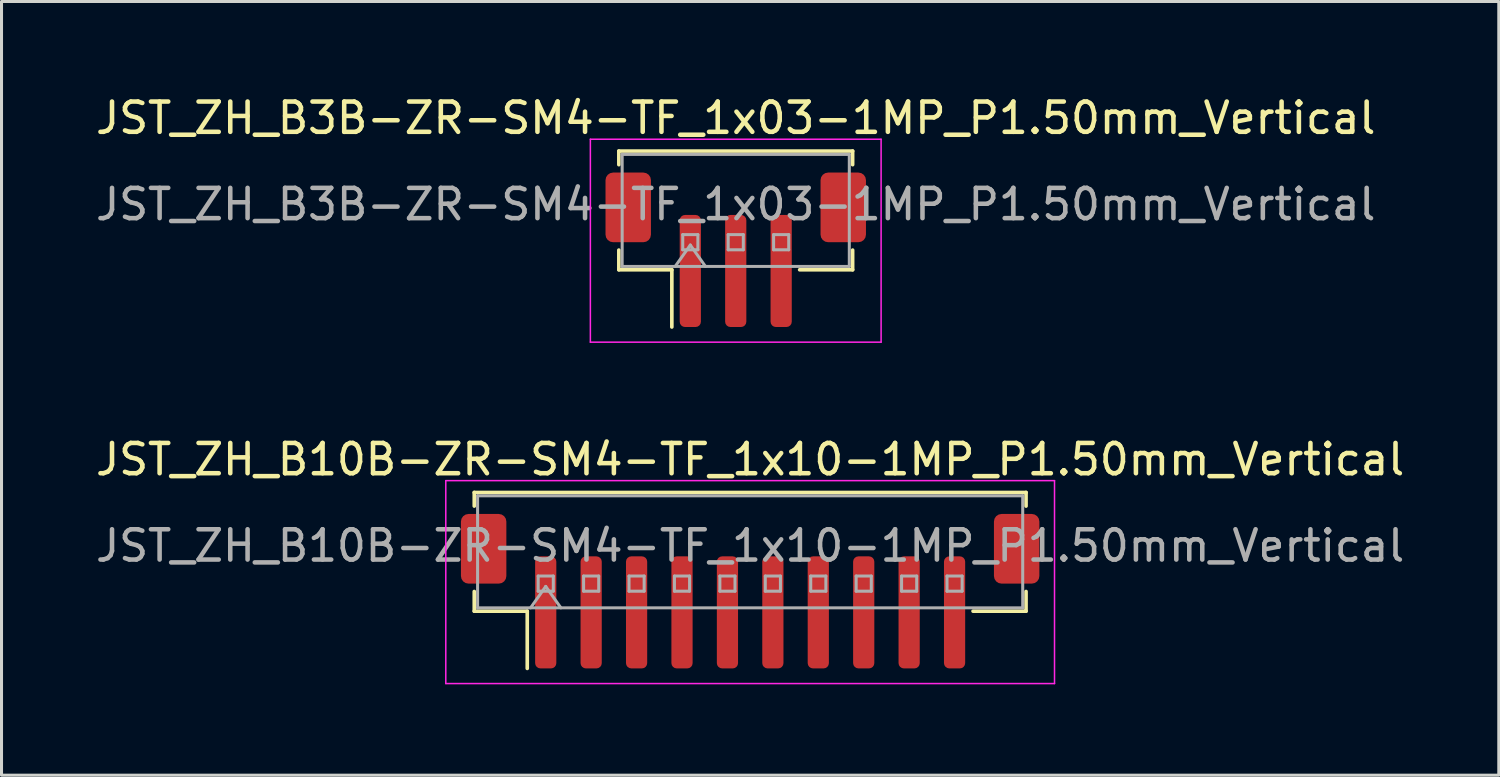
<source format=kicad_pcb>
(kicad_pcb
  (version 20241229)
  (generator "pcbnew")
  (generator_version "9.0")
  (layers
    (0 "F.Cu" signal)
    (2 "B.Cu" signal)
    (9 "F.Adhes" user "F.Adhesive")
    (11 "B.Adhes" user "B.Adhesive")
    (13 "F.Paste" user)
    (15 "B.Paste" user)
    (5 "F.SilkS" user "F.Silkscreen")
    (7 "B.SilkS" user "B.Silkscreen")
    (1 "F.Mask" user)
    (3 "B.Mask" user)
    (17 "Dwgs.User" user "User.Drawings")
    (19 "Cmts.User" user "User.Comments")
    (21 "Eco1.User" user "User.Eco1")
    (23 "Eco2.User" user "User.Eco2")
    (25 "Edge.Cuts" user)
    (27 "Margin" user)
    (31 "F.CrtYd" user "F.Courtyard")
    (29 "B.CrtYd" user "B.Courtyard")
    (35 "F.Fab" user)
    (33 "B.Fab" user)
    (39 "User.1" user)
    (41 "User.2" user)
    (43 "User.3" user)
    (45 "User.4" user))
  (footprint "JST_ZH_B3B-ZR-SM4-TF_1x03-1MP_P1.50mm_Vertical"
    (layer "F.Cu")
    (at 21.244 5.198)
    (property "Reference" "JST_ZH_B3B-ZR-SM4-TF_1x03-1MP_P1.50mm_Vertical" (at 0 -4.35 0) (layer "F.SilkS") (effects (font (size 1 1) (thickness 0.15))))
    (attr smd)
    (fp_line (start -3.86 -3.26) (end 3.86 -3.26) (stroke (width 0.12) (type solid)) (layer "F.SilkS"))
    (fp_line (start -3.86 -2.81) (end -3.86 -3.26) (stroke (width 0.12) (type solid)) (layer "F.SilkS"))
    (fp_line (start -3.86 0.01) (end -3.86 0.66) (stroke (width 0.12) (type solid)) (layer "F.SilkS"))
    (fp_line (start -3.86 0.66) (end -2.11 0.66) (stroke (width 0.12) (type solid)) (layer "F.SilkS"))
    (fp_line (start -2.11 0.66) (end -2.11 2.55) (stroke (width 0.12) (type solid)) (layer "F.SilkS"))
    (fp_line (start 3.86 -3.26) (end 3.86 -2.81) (stroke (width 0.12) (type solid)) (layer "F.SilkS"))
    (fp_line (start 3.86 0.01) (end 3.86 0.66) (stroke (width 0.12) (type solid)) (layer "F.SilkS"))
    (fp_line (start 3.86 0.66) (end 2.11 0.66) (stroke (width 0.12) (type solid)) (layer "F.SilkS"))
    (fp_line (start -4.8 -3.65) (end -4.8 3.05) (stroke (width 0.05) (type solid)) (layer "F.CrtYd"))
    (fp_line (start -4.8 3.05) (end 4.8 3.05) (stroke (width 0.05) (type solid)) (layer "F.CrtYd"))
    (fp_line (start 4.8 -3.65) (end -4.8 -3.65) (stroke (width 0.05) (type solid)) (layer "F.CrtYd"))
    (fp_line (start 4.8 3.05) (end 4.8 -3.65) (stroke (width 0.05) (type solid)) (layer "F.CrtYd"))
    (fp_line (start -3.75 -3.15) (end 3.75 -3.15) (stroke (width 0.1) (type solid)) (layer "F.Fab"))
    (fp_line (start -3.75 0.55) (end -3.75 -3.15) (stroke (width 0.1) (type solid)) (layer "F.Fab"))
    (fp_line (start -3.75 0.55) (end 3.75 0.55) (stroke (width 0.1) (type solid)) (layer "F.Fab"))
    (fp_line (start -2 0.55) (end -1.5 -0.157) (stroke (width 0.1) (type solid)) (layer "F.Fab"))
    (fp_line (start -1.75 -0.5) (end -1.75 0) (stroke (width 0.1) (type solid)) (layer "F.Fab"))
    (fp_line (start -1.75 0) (end -1.25 0) (stroke (width 0.1) (type solid)) (layer "F.Fab"))
    (fp_line (start -1.5 -0.157) (end -1 0.55) (stroke (width 0.1) (type solid)) (layer "F.Fab"))
    (fp_line (start -1.25 -0.5) (end -1.75 -0.5) (stroke (width 0.1) (type solid)) (layer "F.Fab"))
    (fp_line (start -1.25 0) (end -1.25 -0.5) (stroke (width 0.1) (type solid)) (layer "F.Fab"))
    (fp_line (start -0.25 -0.5) (end -0.25 0) (stroke (width 0.1) (type solid)) (layer "F.Fab"))
    (fp_line (start -0.25 0) (end 0.25 0) (stroke (width 0.1) (type solid)) (layer "F.Fab"))
    (fp_line (start 0.25 -0.5) (end -0.25 -0.5) (stroke (width 0.1) (type solid)) (layer "F.Fab"))
    (fp_line (start 0.25 0) (end 0.25 -0.5) (stroke (width 0.1) (type solid)) (layer "F.Fab"))
    (fp_line (start 1.25 -0.5) (end 1.25 0) (stroke (width 0.1) (type solid)) (layer "F.Fab"))
    (fp_line (start 1.25 0) (end 1.75 0) (stroke (width 0.1) (type solid)) (layer "F.Fab"))
    (fp_line (start 1.75 -0.5) (end 1.25 -0.5) (stroke (width 0.1) (type solid)) (layer "F.Fab"))
    (fp_line (start 1.75 0) (end 1.75 -0.5) (stroke (width 0.1) (type solid)) (layer "F.Fab"))
    (fp_line (start 3.75 0.55) (end 3.75 -3.15) (stroke (width 0.1) (type solid)) (layer "F.Fab"))
    (fp_text user "${REFERENCE}" (at 0 -1.5 0) (layer "F.Fab") (effects (font (size 1 1) (thickness 0.15))))
    (pad "1" smd roundrect (at -1.5 0.7) (size 0.7 3.7) (layers "F.Cu" "F.Mask" "F.Paste") (roundrect_rratio 0.25))
    (pad "2" smd roundrect (at 0 0.7) (size 0.7 3.7) (layers "F.Cu" "F.Mask" "F.Paste") (roundrect_rratio 0.25))
    (pad "3" smd roundrect (at 1.5 0.7) (size 0.7 3.7) (layers "F.Cu" "F.Mask" "F.Paste") (roundrect_rratio 0.25))
    (pad "MP" smd roundrect (at -3.55 -1.4) (size 1.5 2.3) (layers "F.Cu" "F.Mask" "F.Paste") (roundrect_rratio 0.167))
    (pad "MP" smd roundrect (at 3.55 -1.4) (size 1.5 2.3) (layers "F.Cu" "F.Mask" "F.Paste") (roundrect_rratio 0.167)))
  (footprint "JST_ZH_B10B-ZR-SM4-TF_1x10-1MP_P1.50mm_Vertical"
    (layer "F.Cu")
    (at 21.72 16.471)
    (property "Reference" "JST_ZH_B10B-ZR-SM4-TF_1x10-1MP_P1.50mm_Vertical" (at 0 -4.35 0) (layer "F.SilkS") (effects (font (size 1 1) (thickness 0.15))))
    (attr smd)
    (fp_line (start -9.11 -3.26) (end 9.11 -3.26) (stroke (width 0.12) (type solid)) (layer "F.SilkS"))
    (fp_line (start -9.11 -2.81) (end -9.11 -3.26) (stroke (width 0.12) (type solid)) (layer "F.SilkS"))
    (fp_line (start -9.11 0.01) (end -9.11 0.66) (stroke (width 0.12) (type solid)) (layer "F.SilkS"))
    (fp_line (start -9.11 0.66) (end -7.36 0.66) (stroke (width 0.12) (type solid)) (layer "F.SilkS"))
    (fp_line (start -7.36 0.66) (end -7.36 2.55) (stroke (width 0.12) (type solid)) (layer "F.SilkS"))
    (fp_line (start 9.11 -3.26) (end 9.11 -2.81) (stroke (width 0.12) (type solid)) (layer "F.SilkS"))
    (fp_line (start 9.11 0.01) (end 9.11 0.66) (stroke (width 0.12) (type solid)) (layer "F.SilkS"))
    (fp_line (start 9.11 0.66) (end 7.36 0.66) (stroke (width 0.12) (type solid)) (layer "F.SilkS"))
    (fp_line (start -10.05 -3.65) (end -10.05 3.05) (stroke (width 0.05) (type solid)) (layer "F.CrtYd"))
    (fp_line (start -10.05 3.05) (end 10.05 3.05) (stroke (width 0.05) (type solid)) (layer "F.CrtYd"))
    (fp_line (start 10.05 -3.65) (end -10.05 -3.65) (stroke (width 0.05) (type solid)) (layer "F.CrtYd"))
    (fp_line (start 10.05 3.05) (end 10.05 -3.65) (stroke (width 0.05) (type solid)) (layer "F.CrtYd"))
    (fp_line (start -9 -3.15) (end 9 -3.15) (stroke (width 0.1) (type solid)) (layer "F.Fab"))
    (fp_line (start -9 0.55) (end -9 -3.15) (stroke (width 0.1) (type solid)) (layer "F.Fab"))
    (fp_line (start -9 0.55) (end 9 0.55) (stroke (width 0.1) (type solid)) (layer "F.Fab"))
    (fp_line (start -7.25 0.55) (end -6.75 -0.157) (stroke (width 0.1) (type solid)) (layer "F.Fab"))
    (fp_line (start -7 -0.5) (end -7 0) (stroke (width 0.1) (type solid)) (layer "F.Fab"))
    (fp_line (start -7 0) (end -6.5 0) (stroke (width 0.1) (type solid)) (layer "F.Fab"))
    (fp_line (start -6.75 -0.157) (end -6.25 0.55) (stroke (width 0.1) (type solid)) (layer "F.Fab"))
    (fp_line (start -6.5 -0.5) (end -7 -0.5) (stroke (width 0.1) (type solid)) (layer "F.Fab"))
    (fp_line (start -6.5 0) (end -6.5 -0.5) (stroke (width 0.1) (type solid)) (layer "F.Fab"))
    (fp_line (start -5.5 -0.5) (end -5.5 0) (stroke (width 0.1) (type solid)) (layer "F.Fab"))
    (fp_line (start -5.5 0) (end -5 0) (stroke (width 0.1) (type solid)) (layer "F.Fab"))
    (fp_line (start -5 -0.5) (end -5.5 -0.5) (stroke (width 0.1) (type solid)) (layer "F.Fab"))
    (fp_line (start -5 0) (end -5 -0.5) (stroke (width 0.1) (type solid)) (layer "F.Fab"))
    (fp_line (start -4 -0.5) (end -4 0) (stroke (width 0.1) (type solid)) (layer "F.Fab"))
    (fp_line (start -4 0) (end -3.5 0) (stroke (width 0.1) (type solid)) (layer "F.Fab"))
    (fp_line (start -3.5 -0.5) (end -4 -0.5) (stroke (width 0.1) (type solid)) (layer "F.Fab"))
    (fp_line (start -3.5 0) (end -3.5 -0.5) (stroke (width 0.1) (type solid)) (layer "F.Fab"))
    (fp_line (start -2.5 -0.5) (end -2.5 0) (stroke (width 0.1) (type solid)) (layer "F.Fab"))
    (fp_line (start -2.5 0) (end -2 0) (stroke (width 0.1) (type solid)) (layer "F.Fab"))
    (fp_line (start -2 -0.5) (end -2.5 -0.5) (stroke (width 0.1) (type solid)) (layer "F.Fab"))
    (fp_line (start -2 0) (end -2 -0.5) (stroke (width 0.1) (type solid)) (layer "F.Fab"))
    (fp_line (start -1 -0.5) (end -1 0) (stroke (width 0.1) (type solid)) (layer "F.Fab"))
    (fp_line (start -1 0) (end -0.5 0) (stroke (width 0.1) (type solid)) (layer "F.Fab"))
    (fp_line (start -0.5 -0.5) (end -1 -0.5) (stroke (width 0.1) (type solid)) (layer "F.Fab"))
    (fp_line (start -0.5 0) (end -0.5 -0.5) (stroke (width 0.1) (type solid)) (layer "F.Fab"))
    (fp_line (start 0.5 -0.5) (end 0.5 0) (stroke (width 0.1) (type solid)) (layer "F.Fab"))
    (fp_line (start 0.5 0) (end 1 0) (stroke (width 0.1) (type solid)) (layer "F.Fab"))
    (fp_line (start 1 -0.5) (end 0.5 -0.5) (stroke (width 0.1) (type solid)) (layer "F.Fab"))
    (fp_line (start 1 0) (end 1 -0.5) (stroke (width 0.1) (type solid)) (layer "F.Fab"))
    (fp_line (start 2 -0.5) (end 2 0) (stroke (width 0.1) (type solid)) (layer "F.Fab"))
    (fp_line (start 2 0) (end 2.5 0) (stroke (width 0.1) (type solid)) (layer "F.Fab"))
    (fp_line (start 2.5 -0.5) (end 2 -0.5) (stroke (width 0.1) (type solid)) (layer "F.Fab"))
    (fp_line (start 2.5 0) (end 2.5 -0.5) (stroke (width 0.1) (type solid)) (layer "F.Fab"))
    (fp_line (start 3.5 -0.5) (end 3.5 0) (stroke (width 0.1) (type solid)) (layer "F.Fab"))
    (fp_line (start 3.5 0) (end 4 0) (stroke (width 0.1) (type solid)) (layer "F.Fab"))
    (fp_line (start 4 -0.5) (end 3.5 -0.5) (stroke (width 0.1) (type solid)) (layer "F.Fab"))
    (fp_line (start 4 0) (end 4 -0.5) (stroke (width 0.1) (type solid)) (layer "F.Fab"))
    (fp_line (start 5 -0.5) (end 5 0) (stroke (width 0.1) (type solid)) (layer "F.Fab"))
    (fp_line (start 5 0) (end 5.5 0) (stroke (width 0.1) (type solid)) (layer "F.Fab"))
    (fp_line (start 5.5 -0.5) (end 5 -0.5) (stroke (width 0.1) (type solid)) (layer "F.Fab"))
    (fp_line (start 5.5 0) (end 5.5 -0.5) (stroke (width 0.1) (type solid)) (layer "F.Fab"))
    (fp_line (start 6.5 -0.5) (end 6.5 0) (stroke (width 0.1) (type solid)) (layer "F.Fab"))
    (fp_line (start 6.5 0) (end 7 0) (stroke (width 0.1) (type solid)) (layer "F.Fab"))
    (fp_line (start 7 -0.5) (end 6.5 -0.5) (stroke (width 0.1) (type solid)) (layer "F.Fab"))
    (fp_line (start 7 0) (end 7 -0.5) (stroke (width 0.1) (type solid)) (layer "F.Fab"))
    (fp_line (start 9 0.55) (end 9 -3.15) (stroke (width 0.1) (type solid)) (layer "F.Fab"))
    (fp_text user "${REFERENCE}" (at 0 -1.5 0) (layer "F.Fab") (effects (font (size 1 1) (thickness 0.15))))
    (pad "1" smd roundrect (at -6.75 0.7) (size 0.7 3.7) (layers "F.Cu" "F.Mask" "F.Paste") (roundrect_rratio 0.25))
    (pad "2" smd roundrect (at -5.25 0.7) (size 0.7 3.7) (layers "F.Cu" "F.Mask" "F.Paste") (roundrect_rratio 0.25))
    (pad "3" smd roundrect (at -3.75 0.7) (size 0.7 3.7) (layers "F.Cu" "F.Mask" "F.Paste") (roundrect_rratio 0.25))
    (pad "4" smd roundrect (at -2.25 0.7) (size 0.7 3.7) (layers "F.Cu" "F.Mask" "F.Paste") (roundrect_rratio 0.25))
    (pad "5" smd roundrect (at -0.75 0.7) (size 0.7 3.7) (layers "F.Cu" "F.Mask" "F.Paste") (roundrect_rratio 0.25))
    (pad "6" smd roundrect (at 0.75 0.7) (size 0.7 3.7) (layers "F.Cu" "F.Mask" "F.Paste") (roundrect_rratio 0.25))
    (pad "7" smd roundrect (at 2.25 0.7) (size 0.7 3.7) (layers "F.Cu" "F.Mask" "F.Paste") (roundrect_rratio 0.25))
    (pad "8" smd roundrect (at 3.75 0.7) (size 0.7 3.7) (layers "F.Cu" "F.Mask" "F.Paste") (roundrect_rratio 0.25))
    (pad "9" smd roundrect (at 5.25 0.7) (size 0.7 3.7) (layers "F.Cu" "F.Mask" "F.Paste") (roundrect_rratio 0.25))
    (pad "10" smd roundrect (at 6.75 0.7) (size 0.7 3.7) (layers "F.Cu" "F.Mask" "F.Paste") (roundrect_rratio 0.25))
    (pad "MP" smd roundrect (at -8.8 -1.4) (size 1.5 2.3) (layers "F.Cu" "F.Mask" "F.Paste") (roundrect_rratio 0.167))
    (pad "MP" smd roundrect (at 8.8 -1.4) (size 1.5 2.3) (layers "F.Cu" "F.Mask" "F.Paste") (roundrect_rratio 0.167)))
  (gr_rect
    (start -3 -3)
    (end 46.44 22.547)
    (stroke (width 0.1) (type default))
    (fill no)
    (layer "Edge.Cuts")))
</source>
